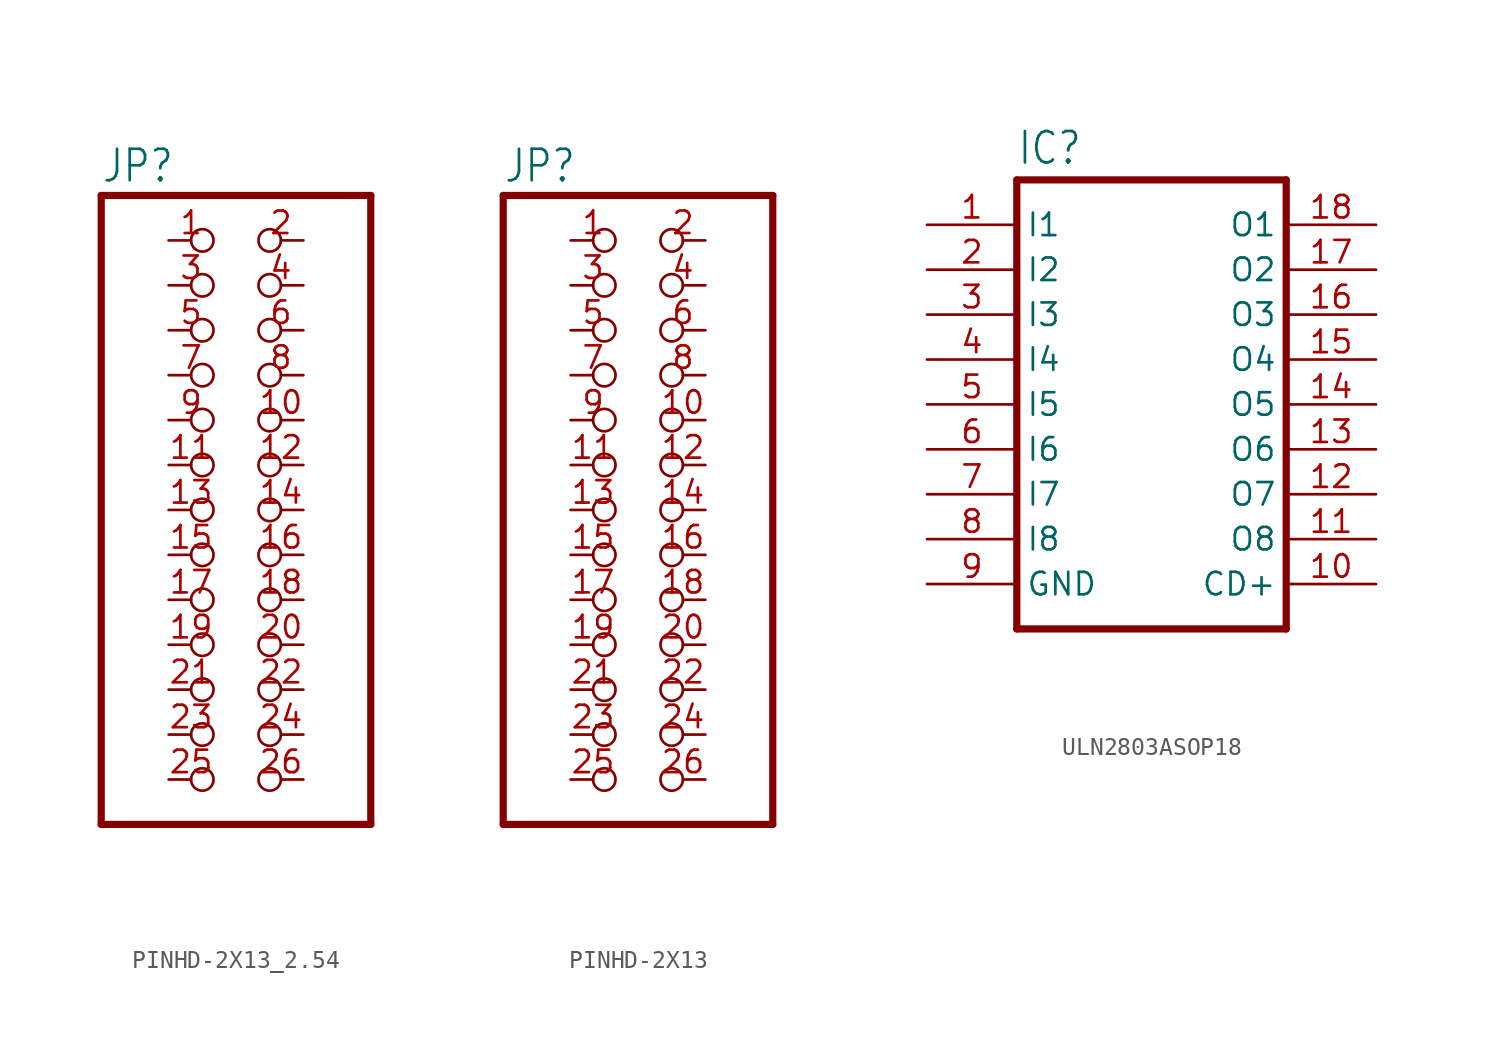
<source format=kicad_sym>
(kicad_symbol_lib
  (version 20220914)
  (generator kicad_symbol_editor)
  (symbol "PINHD-2X13_2.54"
    (property "Reference" "JP"
      (at -6.35 18.415 0)
      (effects (font (size 1.778 1.511)) (justify left bottom)))
    (property "Value" ""
      (at -6.35 -20.32 0)
      (effects (font (size 1.778 1.511)) (justify left bottom)))
    (property "ki_locked" ""
      (at 0 0 0)
      (effects (font (size 1.27 1.27))))
    (symbol "PINHD-2X13_2.54_1_0"
      (polyline (pts (xy -6.35 -17.78) (xy 8.89 -17.78)) (stroke (width 0.406) (type solid)) (fill (type none)))
      (polyline (pts (xy -6.35 17.78) (xy -6.35 -17.78)) (stroke (width 0.406) (type solid)) (fill (type none)))
      (polyline (pts (xy 8.89 -17.78) (xy 8.89 17.78)) (stroke (width 0.406) (type solid)) (fill (type none)))
      (polyline (pts (xy 8.89 17.78) (xy -6.35 17.78)) (stroke (width 0.406) (type solid)) (fill (type none)))
      (pin passive inverted (at -2.54 15.24 0) (length 2.54) (name "1" (effects (font (size 0 0)))) (number "1" (effects (font (size 1.27 1.27)))))
      (pin passive inverted (at 5.08 5.08 180) (length 2.54) (name "10" (effects (font (size 0 0)))) (number "10" (effects (font (size 1.27 1.27)))))
      (pin passive inverted (at -2.54 2.54 0) (length 2.54) (name "11" (effects (font (size 0 0)))) (number "11" (effects (font (size 1.27 1.27)))))
      (pin passive inverted (at 5.08 2.54 180) (length 2.54) (name "12" (effects (font (size 0 0)))) (number "12" (effects (font (size 1.27 1.27)))))
      (pin passive inverted (at -2.54 0 0) (length 2.54) (name "13" (effects (font (size 0 0)))) (number "13" (effects (font (size 1.27 1.27)))))
      (pin passive inverted (at 5.08 0 180) (length 2.54) (name "14" (effects (font (size 0 0)))) (number "14" (effects (font (size 1.27 1.27)))))
      (pin passive inverted (at -2.54 -2.54 0) (length 2.54) (name "15" (effects (font (size 0 0)))) (number "15" (effects (font (size 1.27 1.27)))))
      (pin passive inverted (at 5.08 -2.54 180) (length 2.54) (name "16" (effects (font (size 0 0)))) (number "16" (effects (font (size 1.27 1.27)))))
      (pin passive inverted (at -2.54 -5.08 0) (length 2.54) (name "17" (effects (font (size 0 0)))) (number "17" (effects (font (size 1.27 1.27)))))
      (pin passive inverted (at 5.08 -5.08 180) (length 2.54) (name "18" (effects (font (size 0 0)))) (number "18" (effects (font (size 1.27 1.27)))))
      (pin passive inverted (at -2.54 -7.62 0) (length 2.54) (name "19" (effects (font (size 0 0)))) (number "19" (effects (font (size 1.27 1.27)))))
      (pin passive inverted (at 5.08 15.24 180) (length 2.54) (name "2" (effects (font (size 0 0)))) (number "2" (effects (font (size 1.27 1.27)))))
      (pin passive inverted (at 5.08 -7.62 180) (length 2.54) (name "20" (effects (font (size 0 0)))) (number "20" (effects (font (size 1.27 1.27)))))
      (pin passive inverted (at -2.54 -10.16 0) (length 2.54) (name "21" (effects (font (size 0 0)))) (number "21" (effects (font (size 1.27 1.27)))))
      (pin passive inverted (at 5.08 -10.16 180) (length 2.54) (name "22" (effects (font (size 0 0)))) (number "22" (effects (font (size 1.27 1.27)))))
      (pin passive inverted (at -2.54 -12.7 0) (length 2.54) (name "23" (effects (font (size 0 0)))) (number "23" (effects (font (size 1.27 1.27)))))
      (pin passive inverted (at 5.08 -12.7 180) (length 2.54) (name "24" (effects (font (size 0 0)))) (number "24" (effects (font (size 1.27 1.27)))))
      (pin passive inverted (at -2.54 -15.24 0) (length 2.54) (name "25" (effects (font (size 0 0)))) (number "25" (effects (font (size 1.27 1.27)))))
      (pin passive inverted (at 5.08 -15.24 180) (length 2.54) (name "26" (effects (font (size 0 0)))) (number "26" (effects (font (size 1.27 1.27)))))
      (pin passive inverted (at -2.54 12.7 0) (length 2.54) (name "3" (effects (font (size 0 0)))) (number "3" (effects (font (size 1.27 1.27)))))
      (pin passive inverted (at 5.08 12.7 180) (length 2.54) (name "4" (effects (font (size 0 0)))) (number "4" (effects (font (size 1.27 1.27)))))
      (pin passive inverted (at -2.54 10.16 0) (length 2.54) (name "5" (effects (font (size 0 0)))) (number "5" (effects (font (size 1.27 1.27)))))
      (pin passive inverted (at 5.08 10.16 180) (length 2.54) (name "6" (effects (font (size 0 0)))) (number "6" (effects (font (size 1.27 1.27)))))
      (pin passive inverted (at -2.54 7.62 0) (length 2.54) (name "7" (effects (font (size 0 0)))) (number "7" (effects (font (size 1.27 1.27)))))
      (pin passive inverted (at 5.08 7.62 180) (length 2.54) (name "8" (effects (font (size 0 0)))) (number "8" (effects (font (size 1.27 1.27)))))
      (pin passive inverted (at -2.54 5.08 0) (length 2.54) (name "9" (effects (font (size 0 0)))) (number "9" (effects (font (size 1.27 1.27)))))))
  (symbol "PINHD-2X13"
    (property "Reference" "JP"
      (at -6.35 18.415 0)
      (effects (font (size 1.778 1.511)) (justify left bottom)))
    (property "Value" ""
      (at -6.35 -20.32 0)
      (effects (font (size 1.778 1.511)) (justify left bottom)))
    (property "ki_locked" ""
      (at 0 0 0)
      (effects (font (size 1.27 1.27))))
    (symbol "PINHD-2X13_1_0"
      (polyline (pts (xy -6.35 -17.78) (xy 8.89 -17.78)) (stroke (width 0.406) (type solid)) (fill (type none)))
      (polyline (pts (xy -6.35 17.78) (xy -6.35 -17.78)) (stroke (width 0.406) (type solid)) (fill (type none)))
      (polyline (pts (xy 8.89 -17.78) (xy 8.89 17.78)) (stroke (width 0.406) (type solid)) (fill (type none)))
      (polyline (pts (xy 8.89 17.78) (xy -6.35 17.78)) (stroke (width 0.406) (type solid)) (fill (type none)))
      (pin passive inverted (at -2.54 15.24 0) (length 2.54) (name "1" (effects (font (size 0 0)))) (number "1" (effects (font (size 1.27 1.27)))))
      (pin passive inverted (at 5.08 5.08 180) (length 2.54) (name "10" (effects (font (size 0 0)))) (number "10" (effects (font (size 1.27 1.27)))))
      (pin passive inverted (at -2.54 2.54 0) (length 2.54) (name "11" (effects (font (size 0 0)))) (number "11" (effects (font (size 1.27 1.27)))))
      (pin passive inverted (at 5.08 2.54 180) (length 2.54) (name "12" (effects (font (size 0 0)))) (number "12" (effects (font (size 1.27 1.27)))))
      (pin passive inverted (at -2.54 0 0) (length 2.54) (name "13" (effects (font (size 0 0)))) (number "13" (effects (font (size 1.27 1.27)))))
      (pin passive inverted (at 5.08 0 180) (length 2.54) (name "14" (effects (font (size 0 0)))) (number "14" (effects (font (size 1.27 1.27)))))
      (pin passive inverted (at -2.54 -2.54 0) (length 2.54) (name "15" (effects (font (size 0 0)))) (number "15" (effects (font (size 1.27 1.27)))))
      (pin passive inverted (at 5.08 -2.54 180) (length 2.54) (name "16" (effects (font (size 0 0)))) (number "16" (effects (font (size 1.27 1.27)))))
      (pin passive inverted (at -2.54 -5.08 0) (length 2.54) (name "17" (effects (font (size 0 0)))) (number "17" (effects (font (size 1.27 1.27)))))
      (pin passive inverted (at 5.08 -5.08 180) (length 2.54) (name "18" (effects (font (size 0 0)))) (number "18" (effects (font (size 1.27 1.27)))))
      (pin passive inverted (at -2.54 -7.62 0) (length 2.54) (name "19" (effects (font (size 0 0)))) (number "19" (effects (font (size 1.27 1.27)))))
      (pin passive inverted (at 5.08 15.24 180) (length 2.54) (name "2" (effects (font (size 0 0)))) (number "2" (effects (font (size 1.27 1.27)))))
      (pin passive inverted (at 5.08 -7.62 180) (length 2.54) (name "20" (effects (font (size 0 0)))) (number "20" (effects (font (size 1.27 1.27)))))
      (pin passive inverted (at -2.54 -10.16 0) (length 2.54) (name "21" (effects (font (size 0 0)))) (number "21" (effects (font (size 1.27 1.27)))))
      (pin passive inverted (at 5.08 -10.16 180) (length 2.54) (name "22" (effects (font (size 0 0)))) (number "22" (effects (font (size 1.27 1.27)))))
      (pin passive inverted (at -2.54 -12.7 0) (length 2.54) (name "23" (effects (font (size 0 0)))) (number "23" (effects (font (size 1.27 1.27)))))
      (pin passive inverted (at 5.08 -12.7 180) (length 2.54) (name "24" (effects (font (size 0 0)))) (number "24" (effects (font (size 1.27 1.27)))))
      (pin passive inverted (at -2.54 -15.24 0) (length 2.54) (name "25" (effects (font (size 0 0)))) (number "25" (effects (font (size 1.27 1.27)))))
      (pin passive inverted (at 5.08 -15.24 180) (length 2.54) (name "26" (effects (font (size 0 0)))) (number "26" (effects (font (size 1.27 1.27)))))
      (pin passive inverted (at -2.54 12.7 0) (length 2.54) (name "3" (effects (font (size 0 0)))) (number "3" (effects (font (size 1.27 1.27)))))
      (pin passive inverted (at 5.08 12.7 180) (length 2.54) (name "4" (effects (font (size 0 0)))) (number "4" (effects (font (size 1.27 1.27)))))
      (pin passive inverted (at -2.54 10.16 0) (length 2.54) (name "5" (effects (font (size 0 0)))) (number "5" (effects (font (size 1.27 1.27)))))
      (pin passive inverted (at 5.08 10.16 180) (length 2.54) (name "6" (effects (font (size 0 0)))) (number "6" (effects (font (size 1.27 1.27)))))
      (pin passive inverted (at -2.54 7.62 0) (length 2.54) (name "7" (effects (font (size 0 0)))) (number "7" (effects (font (size 1.27 1.27)))))
      (pin passive inverted (at 5.08 7.62 180) (length 2.54) (name "8" (effects (font (size 0 0)))) (number "8" (effects (font (size 1.27 1.27)))))
      (pin passive inverted (at -2.54 5.08 0) (length 2.54) (name "9" (effects (font (size 0 0)))) (number "9" (effects (font (size 1.27 1.27)))))))
  (symbol "ULN2803ASOP18"
    (property "Reference" "IC"
      (at -7.62 13.462 0)
      (effects (font (size 1.778 1.511)) (justify left bottom)))
    (property "Value" ""
      (at -7.62 -15.24 0)
      (effects (font (size 1.778 1.511)) (justify left bottom)))
    (property "ki_locked" ""
      (at 0 0 0)
      (effects (font (size 1.27 1.27))))
    (symbol "ULN2803ASOP18_1_0"
      (polyline (pts (xy -7.62 12.7) (xy -7.62 -12.7)) (stroke (width 0.406) (type solid)) (fill (type none)))
      (polyline (pts (xy -7.62 12.7) (xy 7.62 12.7)) (stroke (width 0.406) (type solid)) (fill (type none)))
      (polyline (pts (xy 7.62 -12.7) (xy -7.62 -12.7)) (stroke (width 0.406) (type solid)) (fill (type none)))
      (polyline (pts (xy 7.62 -12.7) (xy 7.62 12.7)) (stroke (width 0.406) (type solid)) (fill (type none)))
      (pin input line (at -12.7 10.16 0) (length 5.08) (name "I1" (effects (font (size 1.27 1.27)))) (number "1" (effects (font (size 1.27 1.27)))))
      (pin passive line (at 12.7 -10.16 180) (length 5.08) (name "CD+" (effects (font (size 1.27 1.27)))) (number "10" (effects (font (size 1.27 1.27)))))
      (pin open_collector line (at 12.7 -7.62 180) (length 5.08) (name "O8" (effects (font (size 1.27 1.27)))) (number "11" (effects (font (size 1.27 1.27)))))
      (pin open_collector line (at 12.7 -5.08 180) (length 5.08) (name "O7" (effects (font (size 1.27 1.27)))) (number "12" (effects (font (size 1.27 1.27)))))
      (pin open_collector line (at 12.7 -2.54 180) (length 5.08) (name "O6" (effects (font (size 1.27 1.27)))) (number "13" (effects (font (size 1.27 1.27)))))
      (pin open_collector line (at 12.7 0 180) (length 5.08) (name "O5" (effects (font (size 1.27 1.27)))) (number "14" (effects (font (size 1.27 1.27)))))
      (pin open_collector line (at 12.7 2.54 180) (length 5.08) (name "O4" (effects (font (size 1.27 1.27)))) (number "15" (effects (font (size 1.27 1.27)))))
      (pin open_collector line (at 12.7 5.08 180) (length 5.08) (name "O3" (effects (font (size 1.27 1.27)))) (number "16" (effects (font (size 1.27 1.27)))))
      (pin open_collector line (at 12.7 7.62 180) (length 5.08) (name "O2" (effects (font (size 1.27 1.27)))) (number "17" (effects (font (size 1.27 1.27)))))
      (pin open_collector line (at 12.7 10.16 180) (length 5.08) (name "O1" (effects (font (size 1.27 1.27)))) (number "18" (effects (font (size 1.27 1.27)))))
      (pin input line (at -12.7 7.62 0) (length 5.08) (name "I2" (effects (font (size 1.27 1.27)))) (number "2" (effects (font (size 1.27 1.27)))))
      (pin input line (at -12.7 5.08 0) (length 5.08) (name "I3" (effects (font (size 1.27 1.27)))) (number "3" (effects (font (size 1.27 1.27)))))
      (pin input line (at -12.7 2.54 0) (length 5.08) (name "I4" (effects (font (size 1.27 1.27)))) (number "4" (effects (font (size 1.27 1.27)))))
      (pin input line (at -12.7 0 0) (length 5.08) (name "I5" (effects (font (size 1.27 1.27)))) (number "5" (effects (font (size 1.27 1.27)))))
      (pin input line (at -12.7 -2.54 0) (length 5.08) (name "I6" (effects (font (size 1.27 1.27)))) (number "6" (effects (font (size 1.27 1.27)))))
      (pin input line (at -12.7 -5.08 0) (length 5.08) (name "I7" (effects (font (size 1.27 1.27)))) (number "7" (effects (font (size 1.27 1.27)))))
      (pin input line (at -12.7 -7.62 0) (length 5.08) (name "I8" (effects (font (size 1.27 1.27)))) (number "8" (effects (font (size 1.27 1.27)))))
      (pin power_in line (at -12.7 -10.16 0) (length 5.08) (name "GND" (effects (font (size 1.27 1.27)))) (number "9" (effects (font (size 1.27 1.27))))))))
</source>
